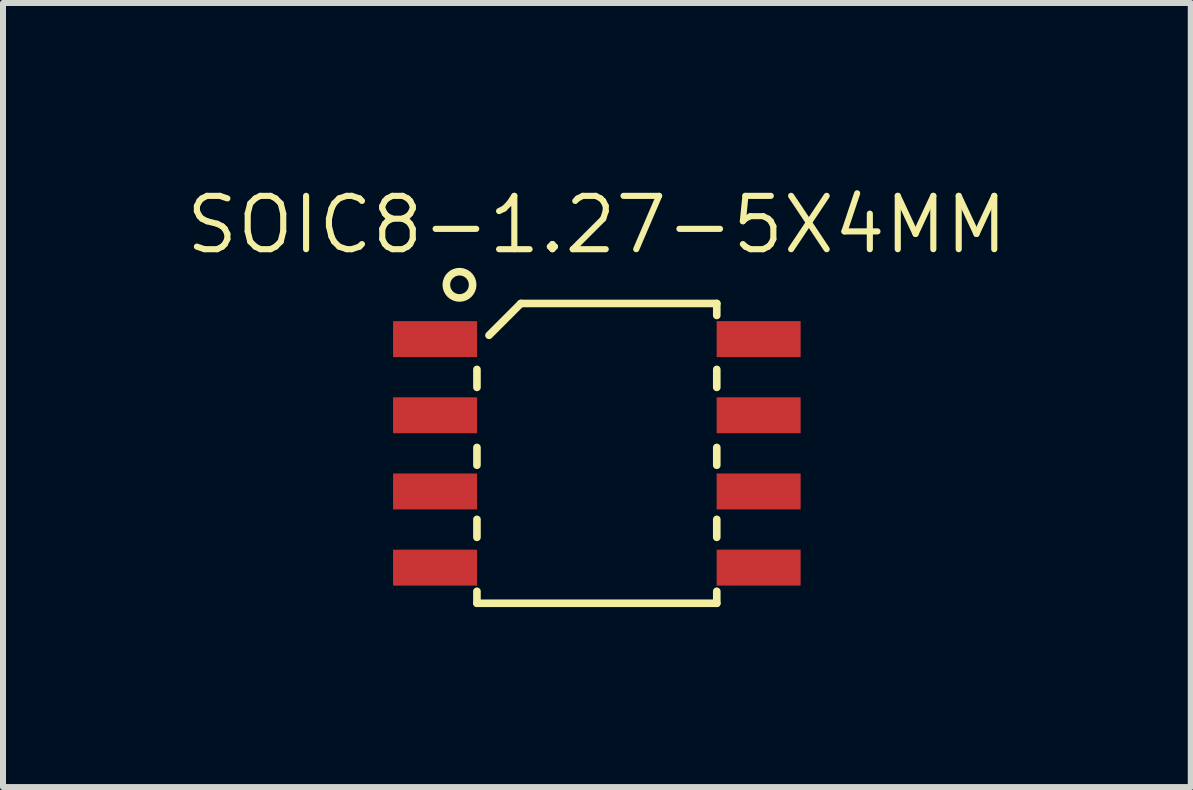
<source format=kicad_pcb>
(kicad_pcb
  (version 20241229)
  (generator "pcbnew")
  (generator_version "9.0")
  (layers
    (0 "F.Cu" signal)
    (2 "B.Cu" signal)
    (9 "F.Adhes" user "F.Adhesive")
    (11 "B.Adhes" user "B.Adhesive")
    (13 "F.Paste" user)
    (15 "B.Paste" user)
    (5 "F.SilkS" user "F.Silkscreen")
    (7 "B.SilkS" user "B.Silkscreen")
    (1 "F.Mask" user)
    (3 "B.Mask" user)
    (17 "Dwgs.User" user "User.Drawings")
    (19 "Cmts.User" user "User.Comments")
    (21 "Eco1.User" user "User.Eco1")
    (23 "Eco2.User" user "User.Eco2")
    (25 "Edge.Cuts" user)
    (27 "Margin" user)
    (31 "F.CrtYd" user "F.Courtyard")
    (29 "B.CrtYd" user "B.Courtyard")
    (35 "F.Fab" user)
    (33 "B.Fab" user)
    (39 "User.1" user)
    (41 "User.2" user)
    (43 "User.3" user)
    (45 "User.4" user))
  (footprint "SOIC8-1.27-5X4MM"
    (layer "F.Cu")
    (at 6.9 4.508)
    (property "Reference" "SOIC8-1.27-5X4MM" (at 0 -3.81 0) (layer "F.SilkS") (effects (font (size 0.889 0.889) (thickness 0.102))))
    (attr smd)
    (fp_line (start -1.999 -1.4) (end -1.999 -1.1) (stroke (width 0.127) (type solid)) (layer "F.SilkS"))
    (fp_line (start -1.999 -0.099) (end -1.999 0.198) (stroke (width 0.127) (type solid)) (layer "F.SilkS"))
    (fp_line (start -1.999 1.1) (end -1.999 1.4) (stroke (width 0.127) (type solid)) (layer "F.SilkS"))
    (fp_line (start -1.999 2.299) (end -1.999 2.499) (stroke (width 0.127) (type solid)) (layer "F.SilkS"))
    (fp_line (start -1.999 2.499) (end 1.999 2.499) (stroke (width 0.066) (type solid)) (layer "F.SilkS"))
    (fp_line (start -1.798 -1.968) (end -1.267 -2.499) (stroke (width 0.127) (type solid)) (layer "F.SilkS"))
    (fp_line (start -1.267 -2.499) (end 1.999 -2.499) (stroke (width 0.127) (type solid)) (layer "F.SilkS"))
    (fp_line (start 1.999 -2.499) (end 1.999 -2.299) (stroke (width 0.127) (type solid)) (layer "F.SilkS"))
    (fp_line (start 1.999 -1.4) (end 1.999 -1.1) (stroke (width 0.127) (type solid)) (layer "F.SilkS"))
    (fp_line (start 1.999 -0.099) (end 1.999 0.198) (stroke (width 0.127) (type solid)) (layer "F.SilkS"))
    (fp_line (start 1.999 1.1) (end 1.999 1.4) (stroke (width 0.127) (type solid)) (layer "F.SilkS"))
    (fp_line (start 1.999 2.299) (end 1.999 2.499) (stroke (width 0.127) (type solid)) (layer "F.SilkS"))
    (fp_line (start 1.999 2.499) (end -1.999 2.499) (stroke (width 0.127) (type solid)) (layer "F.SilkS"))
    (fp_circle (center -2.29 -2.81) (end -2.45 -2.66) (stroke (width 0.127) (type solid)) (fill no) (layer "F.SilkS"))
    (pad "1" smd rect (at -2.697 -1.905) (size 1.4 0.599) (layers "F.Cu" "F.Mask" "F.Paste"))
    (pad "2" smd rect (at -2.697 -0.635) (size 1.4 0.599) (layers "F.Cu" "F.Mask" "F.Paste"))
    (pad "3" smd rect (at -2.697 0.635) (size 1.4 0.599) (layers "F.Cu" "F.Mask" "F.Paste"))
    (pad "4" smd rect (at -2.697 1.905) (size 1.4 0.599) (layers "F.Cu" "F.Mask" "F.Paste"))
    (pad "5" smd rect (at 2.697 1.905) (size 1.4 0.599) (layers "F.Cu" "F.Mask" "F.Paste"))
    (pad "6" smd rect (at 2.697 0.635) (size 1.4 0.599) (layers "F.Cu" "F.Mask" "F.Paste"))
    (pad "7" smd rect (at 2.697 -0.635) (size 1.4 0.599) (layers "F.Cu" "F.Mask" "F.Paste"))
    (pad "8" smd rect (at 2.697 -1.905) (size 1.4 0.599) (layers "F.Cu" "F.Mask" "F.Paste")))
  (gr_rect
    (start -3 -3)
    (end 16.801 10.071)
    (stroke (width 0.1) (type default))
    (fill no)
    (layer "Edge.Cuts")))
</source>
